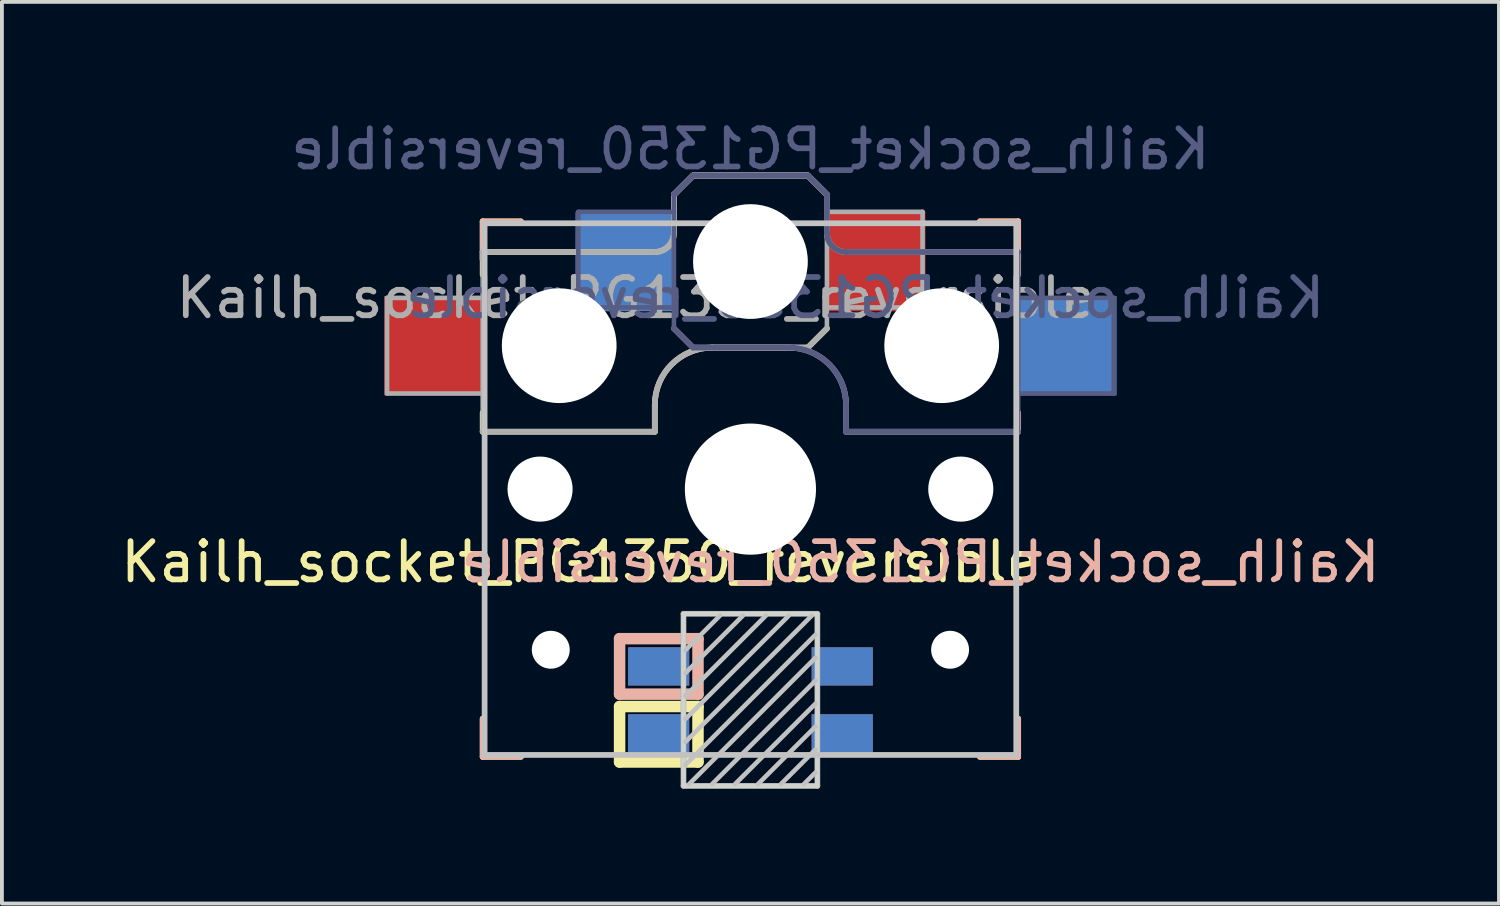
<source format=kicad_pcb>
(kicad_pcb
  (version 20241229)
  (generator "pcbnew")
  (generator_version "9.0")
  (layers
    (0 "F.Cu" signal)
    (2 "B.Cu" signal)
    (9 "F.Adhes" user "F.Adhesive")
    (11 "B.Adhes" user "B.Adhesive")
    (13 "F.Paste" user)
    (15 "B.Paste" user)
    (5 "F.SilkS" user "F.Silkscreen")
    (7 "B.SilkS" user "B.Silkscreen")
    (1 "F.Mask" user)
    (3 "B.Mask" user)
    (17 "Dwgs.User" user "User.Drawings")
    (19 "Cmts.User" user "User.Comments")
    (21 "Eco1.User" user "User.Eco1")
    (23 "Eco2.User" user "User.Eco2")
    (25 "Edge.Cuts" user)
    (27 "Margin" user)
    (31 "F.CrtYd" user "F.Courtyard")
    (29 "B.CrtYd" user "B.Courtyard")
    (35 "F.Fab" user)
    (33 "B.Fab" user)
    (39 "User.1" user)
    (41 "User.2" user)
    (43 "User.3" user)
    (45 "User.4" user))
  (footprint "Kailh_socket_PG1350_reversible"
    (layer "F.Cu")
    (at 16.57 9.748)
    (property "Reference" "Kailh_socket_PG1350_reversible" (at -4.445 1.895 180) (layer "F.SilkS") (effects (font (size 1 1) (thickness 0.15))))
    (property "Value" "Kailh_socket_PG1350_reversible" (at 0 -8.9 180) (layer "F.Fab") (hide yes) (effects (font (size 1 1) (thickness 0.15))))
    (attr smd)
    (fp_line (start -7 -7.01) (end -6 -7.01) (stroke (width 0.15) (type solid)) (layer "F.SilkS"))
    (fp_line (start -7 -6.21) (end -2.5 -6.21) (stroke (width 0.15) (type solid)) (layer "F.SilkS"))
    (fp_line (start -7 -6.01) (end -7 -7.01) (stroke (width 0.15) (type solid)) (layer "F.SilkS"))
    (fp_line (start -7 -5.61) (end -7 -6.21) (stroke (width 0.15) (type solid)) (layer "F.SilkS"))
    (fp_line (start -7 -1.51) (end -7 -2.01) (stroke (width 0.15) (type solid)) (layer "F.SilkS"))
    (fp_line (start -7 6.99) (end -7 5.99) (stroke (width 0.15) (type solid)) (layer "F.SilkS"))
    (fp_line (start -6 6.99) (end -7 6.99) (stroke (width 0.15) (type solid)) (layer "F.SilkS"))
    (fp_line (start -3.421 5.675) (end -1.371 5.675) (stroke (width 0.3) (type solid)) (layer "F.SilkS"))
    (fp_line (start -3.421 7.125) (end -3.421 5.675) (stroke (width 0.3) (type solid)) (layer "F.SilkS"))
    (fp_line (start -2.5 -2.21) (end -2.5 -1.51) (stroke (width 0.15) (type solid)) (layer "F.SilkS"))
    (fp_line (start -2.5 -1.51) (end -7 -1.51) (stroke (width 0.15) (type solid)) (layer "F.SilkS"))
    (fp_line (start -2 -6.71) (end -2 -7.71) (stroke (width 0.15) (type solid)) (layer "F.SilkS"))
    (fp_line (start -1.5 -8.21) (end -2 -7.71) (stroke (width 0.15) (type solid)) (layer "F.SilkS"))
    (fp_line (start -1.371 5.675) (end -1.371 7.125) (stroke (width 0.3) (type solid)) (layer "F.SilkS"))
    (fp_line (start -1.371 7.125) (end -3.421 7.125) (stroke (width 0.3) (type solid)) (layer "F.SilkS"))
    (fp_line (start 1.5 -8.21) (end -1.5 -8.21) (stroke (width 0.15) (type solid)) (layer "F.SilkS"))
    (fp_line (start 1.5 -3.71) (end -1 -3.71) (stroke (width 0.15) (type solid)) (layer "F.SilkS"))
    (fp_line (start 2 -7.71) (end 1.5 -8.21) (stroke (width 0.15) (type solid)) (layer "F.SilkS"))
    (fp_line (start 2 -4.21) (end 1.5 -3.71) (stroke (width 0.15) (type solid)) (layer "F.SilkS"))
    (fp_line (start 6 -7.01) (end 7 -7.01) (stroke (width 0.15) (type solid)) (layer "F.SilkS"))
    (fp_line (start 7 -7.01) (end 7 -6.01) (stroke (width 0.15) (type solid)) (layer "F.SilkS"))
    (fp_line (start 7 5.99) (end 7 6.99) (stroke (width 0.15) (type solid)) (layer "F.SilkS"))
    (fp_line (start 7 6.99) (end 6 6.99) (stroke (width 0.15) (type solid)) (layer "F.SilkS"))
    (fp_arc (start -2.5 -2.21) (mid -2.06066 -3.27066) (end -1 -3.71) (stroke (width 0.15) (type solid)) (layer "F.SilkS"))
    (fp_arc (start -2 -6.71) (mid -2.146447 -6.356447) (end -2.5 -6.21) (stroke (width 0.15) (type solid)) (layer "F.SilkS"))
    (fp_line (start -7 -7.01) (end -6 -7.01) (stroke (width 0.15) (type solid)) (layer "B.SilkS"))
    (fp_line (start -7 -6.01) (end -7 -7.01) (stroke (width 0.15) (type solid)) (layer "B.SilkS"))
    (fp_line (start -7 6.99) (end -7 5.99) (stroke (width 0.15) (type solid)) (layer "B.SilkS"))
    (fp_line (start -6 6.99) (end -7 6.99) (stroke (width 0.15) (type solid)) (layer "B.SilkS"))
    (fp_line (start -3.421 3.9) (end -1.371 3.9) (stroke (width 0.3) (type solid)) (layer "B.SilkS"))
    (fp_line (start -3.421 5.35) (end -3.421 3.9) (stroke (width 0.3) (type solid)) (layer "B.SilkS"))
    (fp_line (start -2 -7.71) (end -1.5 -8.21) (stroke (width 0.15) (type solid)) (layer "B.SilkS"))
    (fp_line (start -2 -4.21) (end -1.5 -3.71) (stroke (width 0.15) (type solid)) (layer "B.SilkS"))
    (fp_line (start -1.5 -8.21) (end 1.5 -8.21) (stroke (width 0.15) (type solid)) (layer "B.SilkS"))
    (fp_line (start -1.5 -3.71) (end 1 -3.71) (stroke (width 0.15) (type solid)) (layer "B.SilkS"))
    (fp_line (start -1.371 3.9) (end -1.371 5.35) (stroke (width 0.3) (type solid)) (layer "B.SilkS"))
    (fp_line (start -1.371 5.35) (end -3.421 5.35) (stroke (width 0.3) (type solid)) (layer "B.SilkS"))
    (fp_line (start 1.5 -8.21) (end 2 -7.71) (stroke (width 0.15) (type solid)) (layer "B.SilkS"))
    (fp_line (start 2 -6.71) (end 2 -7.71) (stroke (width 0.15) (type solid)) (layer "B.SilkS"))
    (fp_line (start 2.5 -2.21) (end 2.5 -1.51) (stroke (width 0.15) (type solid)) (layer "B.SilkS"))
    (fp_line (start 2.5 -1.51) (end 7 -1.51) (stroke (width 0.15) (type solid)) (layer "B.SilkS"))
    (fp_line (start 6 -7.01) (end 7 -7.01) (stroke (width 0.15) (type solid)) (layer "B.SilkS"))
    (fp_line (start 7 -7.01) (end 7 -6.01) (stroke (width 0.15) (type solid)) (layer "B.SilkS"))
    (fp_line (start 7 -6.21) (end 2.5 -6.21) (stroke (width 0.15) (type solid)) (layer "B.SilkS"))
    (fp_line (start 7 -5.61) (end 7 -6.21) (stroke (width 0.15) (type solid)) (layer "B.SilkS"))
    (fp_line (start 7 -1.51) (end 7 -2.01) (stroke (width 0.15) (type solid)) (layer "B.SilkS"))
    (fp_line (start 7 5.99) (end 7 6.99) (stroke (width 0.15) (type solid)) (layer "B.SilkS"))
    (fp_line (start 7 6.99) (end 6 6.99) (stroke (width 0.15) (type solid)) (layer "B.SilkS"))
    (fp_arc (start 1 -3.71) (mid 2.06066 -3.27066) (end 2.5 -2.21) (stroke (width 0.15) (type solid)) (layer "B.SilkS"))
    (fp_arc (start 2.5 -6.21) (mid 2.146447 -6.356447) (end 2 -6.71) (stroke (width 0.15) (type solid)) (layer "B.SilkS"))
    (fp_line (start -6.95 6.94) (end -6.95 -6.96) (stroke (width 0.15) (type solid)) (layer "Dwgs.User"))
    (fp_line (start -6.95 6.94) (end 6.95 6.94) (stroke (width 0.15) (type solid)) (layer "Dwgs.User"))
    (fp_line (start -0.8 3.3) (end -1.7 4.2) (stroke (width 0.12) (type solid)) (layer "Dwgs.User"))
    (fp_line (start -0.2 3.3) (end -1.7 4.8) (stroke (width 0.12) (type solid)) (layer "Dwgs.User"))
    (fp_line (start 0.4 3.3) (end -1.7 5.4) (stroke (width 0.12) (type solid)) (layer "Dwgs.User"))
    (fp_line (start 1 3.3) (end -1.7 6) (stroke (width 0.12) (type solid)) (layer "Dwgs.User"))
    (fp_line (start 1.6 3.3) (end -1.7 6.6) (stroke (width 0.12) (type solid)) (layer "Dwgs.User"))
    (fp_line (start 1.7 3.8) (end -1.7 7.2) (stroke (width 0.12) (type solid)) (layer "Dwgs.User"))
    (fp_line (start 1.7 4.4) (end -1.6 7.7) (stroke (width 0.12) (type solid)) (layer "Dwgs.User"))
    (fp_line (start 1.7 5) (end -1 7.7) (stroke (width 0.12) (type solid)) (layer "Dwgs.User"))
    (fp_line (start 1.7 5.6) (end -0.4 7.7) (stroke (width 0.12) (type solid)) (layer "Dwgs.User"))
    (fp_line (start 1.7 6.2) (end 0.2 7.7) (stroke (width 0.12) (type solid)) (layer "Dwgs.User"))
    (fp_line (start 1.7 6.8) (end 0.8 7.7) (stroke (width 0.12) (type solid)) (layer "Dwgs.User"))
    (fp_line (start 1.7 7.4) (end 1.4 7.7) (stroke (width 0.12) (type solid)) (layer "Dwgs.User"))
    (fp_line (start 6.95 -6.96) (end -6.95 -6.96) (stroke (width 0.15) (type solid)) (layer "Dwgs.User"))
    (fp_line (start 6.95 -6.96) (end 6.95 6.94) (stroke (width 0.15) (type solid)) (layer "Dwgs.User"))
    (fp_rect (start 1.75 7.75) (end -1.75 3.25) (stroke (width 0.12) (type solid)) (fill no) (layer "Edge.Cuts"))
    (fp_line (start -4.5 -7.26) (end -2 -7.26) (stroke (width 0.12) (type solid)) (layer "B.Fab"))
    (fp_line (start -4.5 -4.76) (end -4.5 -7.26) (stroke (width 0.12) (type solid)) (layer "B.Fab"))
    (fp_line (start -2 -7.71) (end -1.5 -8.21) (stroke (width 0.15) (type solid)) (layer "B.Fab"))
    (fp_line (start -2 -4.76) (end -4.5 -4.76) (stroke (width 0.12) (type solid)) (layer "B.Fab"))
    (fp_line (start -2 -4.26) (end -2 -7.71) (stroke (width 0.12) (type solid)) (layer "B.Fab"))
    (fp_line (start -2 -4.21) (end -1.5 -3.71) (stroke (width 0.15) (type solid)) (layer "B.Fab"))
    (fp_line (start -1.5 -8.21) (end 1.5 -8.21) (stroke (width 0.15) (type solid)) (layer "B.Fab"))
    (fp_line (start -1.5 -3.71) (end 1 -3.71) (stroke (width 0.15) (type solid)) (layer "B.Fab"))
    (fp_line (start 1.5 -8.21) (end 2 -7.71) (stroke (width 0.15) (type solid)) (layer "B.Fab"))
    (fp_line (start 2 -6.71) (end 2 -7.71) (stroke (width 0.15) (type solid)) (layer "B.Fab"))
    (fp_line (start 2.5 -2.21) (end 2.5 -1.51) (stroke (width 0.15) (type solid)) (layer "B.Fab"))
    (fp_line (start 2.5 -1.51) (end 7 -1.51) (stroke (width 0.15) (type solid)) (layer "B.Fab"))
    (fp_line (start 7 -6.21) (end 2.5 -6.21) (stroke (width 0.15) (type solid)) (layer "B.Fab"))
    (fp_line (start 7 -5.01) (end 9.5 -5.01) (stroke (width 0.12) (type solid)) (layer "B.Fab"))
    (fp_line (start 7 -1.51) (end 7 -6.21) (stroke (width 0.12) (type solid)) (layer "B.Fab"))
    (fp_line (start 9.5 -5.01) (end 9.5 -2.51) (stroke (width 0.12) (type solid)) (layer "B.Fab"))
    (fp_line (start 9.5 -2.51) (end 7 -2.51) (stroke (width 0.12) (type solid)) (layer "B.Fab"))
    (fp_arc (start 1 -3.71) (mid 2.06066 -3.27066) (end 2.5 -2.21) (stroke (width 0.15) (type solid)) (layer "B.Fab"))
    (fp_arc (start 2.5 -6.21) (mid 2.146447 -6.356447) (end 2 -6.71) (stroke (width 0.15) (type solid)) (layer "B.Fab"))
    (fp_line (start -9.5 -5.01) (end -9.5 -2.51) (stroke (width 0.12) (type solid)) (layer "F.Fab"))
    (fp_line (start -9.5 -2.51) (end -7 -2.51) (stroke (width 0.12) (type solid)) (layer "F.Fab"))
    (fp_line (start -7 -6.21) (end -2.5 -6.21) (stroke (width 0.15) (type solid)) (layer "F.Fab"))
    (fp_line (start -7 -5.01) (end -9.5 -5.01) (stroke (width 0.12) (type solid)) (layer "F.Fab"))
    (fp_line (start -7 -1.51) (end -7 -6.21) (stroke (width 0.12) (type solid)) (layer "F.Fab"))
    (fp_line (start -2.5 -2.21) (end -2.5 -1.51) (stroke (width 0.15) (type solid)) (layer "F.Fab"))
    (fp_line (start -2.5 -1.51) (end -7 -1.51) (stroke (width 0.15) (type solid)) (layer "F.Fab"))
    (fp_line (start -2 -6.71) (end -2 -7.71) (stroke (width 0.15) (type solid)) (layer "F.Fab"))
    (fp_line (start -1.75 3.25) (end -1.75 7.75) (stroke (width 0.15) (type solid)) (layer "F.Fab"))
    (fp_line (start -1.75 3.25) (end 1.75 3.25) (stroke (width 0.15) (type solid)) (layer "F.Fab"))
    (fp_line (start -1.5 -8.21) (end -2 -7.71) (stroke (width 0.15) (type solid)) (layer "F.Fab"))
    (fp_line (start 1.5 -8.21) (end -1.5 -8.21) (stroke (width 0.15) (type solid)) (layer "F.Fab"))
    (fp_line (start 1.5 -3.71) (end -1 -3.71) (stroke (width 0.15) (type solid)) (layer "F.Fab"))
    (fp_line (start 1.75 3.25) (end 1.75 7.75) (stroke (width 0.15) (type solid)) (layer "F.Fab"))
    (fp_line (start 1.75 7.75) (end -1.75 7.75) (stroke (width 0.15) (type solid)) (layer "F.Fab"))
    (fp_line (start 2 -7.71) (end 1.5 -8.21) (stroke (width 0.15) (type solid)) (layer "F.Fab"))
    (fp_line (start 2 -4.76) (end 4.5 -4.76) (stroke (width 0.12) (type solid)) (layer "F.Fab"))
    (fp_line (start 2 -4.26) (end 2 -7.71) (stroke (width 0.12) (type solid)) (layer "F.Fab"))
    (fp_line (start 2 -4.21) (end 1.5 -3.71) (stroke (width 0.15) (type solid)) (layer "F.Fab"))
    (fp_line (start 4.5 -7.26) (end 2 -7.26) (stroke (width 0.12) (type solid)) (layer "F.Fab"))
    (fp_line (start 4.5 -4.76) (end 4.5 -7.26) (stroke (width 0.12) (type solid)) (layer "F.Fab"))
    (fp_arc (start -2.5 -2.21) (mid -2.06066 -3.27066) (end -1 -3.71) (stroke (width 0.15) (type solid)) (layer "F.Fab"))
    (fp_arc (start -2 -6.71) (mid -2.146447 -6.356447) (end -2.5 -6.21) (stroke (width 0.15) (type solid)) (layer "F.Fab"))
    (fp_text user "${REFERENCE}" (at 4.445 1.895 180) (layer "B.SilkS") (effects (font (size 1 1) (thickness 0.15)) (justify mirror)))
    (fp_text user "${VALUE}" (at 0 -8.9 180) (layer "B.Fab") (effects (font (size 1 1) (thickness 0.15)) (justify mirror)))
    (fp_text user "${REFERENCE}" (at 3 -5.01 180) (layer "B.Fab") (effects (font (size 1 1) (thickness 0.15)) (justify mirror)))
    (fp_text user "${REFERENCE}" (at -3 -5.01 0) (layer "F.Fab") (effects (font (size 1 1) (thickness 0.15))))
    (pad "" np_thru_hole circle (at -5.5 -0.01 180) (size 1.702 1.702) (drill 1.702) (layers "*.Cu" "*.Mask"))
    (pad "" np_thru_hole circle (at -5.22 4.19 180) (size 0.991 0.991) (drill 0.991) (layers "*.Cu" "*.Mask"))
    (pad "" np_thru_hole circle (at -5 -3.76 180) (size 3 3) (drill 3) (layers "*.Cu" "*.Mask"))
    (pad "" np_thru_hole circle (at 0 -5.96 180) (size 3 3) (drill 3) (layers "*.Cu" "*.Mask"))
    (pad "" np_thru_hole circle (at 0 -0.01 180) (size 3.429 3.429) (drill 3.429) (layers "*.Cu" "*.Mask"))
    (pad "" np_thru_hole circle (at 5 -3.76 180) (size 3 3) (drill 3) (layers "*.Cu" "*.Mask"))
    (pad "" np_thru_hole circle (at 5.22 4.19 180) (size 0.991 0.991) (drill 0.991) (layers "*.Cu" "*.Mask"))
    (pad "" np_thru_hole circle (at 5.5 -0.01 180) (size 1.702 1.702) (drill 1.702) (layers "*.Cu" "*.Mask"))
    (pad "1" smd rect (at -2.4 4.625) (size 1.6 1) (layers "B.Cu" "B.Mask" "B.Paste"))
    (pad "1" smd rect (at -2.4 6.375) (size 1.6 1) (layers "F.Cu" "F.Mask" "F.Paste"))
    (pad "2" smd rect (at -2.4 4.625) (size 1.6 1) (layers "F.Cu" "F.Mask" "F.Paste"))
    (pad "2" smd rect (at -2.4 6.375) (size 1.6 1) (layers "B.Cu" "B.Mask" "B.Paste"))
    (pad "3" smd rect (at 2.4 4.625) (size 1.6 1) (layers "F.Cu" "F.Mask" "F.Paste"))
    (pad "3" smd rect (at 2.4 6.375) (size 1.6 1) (layers "B.Cu" "B.Mask" "B.Paste"))
    (pad "4" smd rect (at 2.4 4.625) (size 1.6 1) (layers "B.Cu" "B.Mask" "B.Paste"))
    (pad "4" smd rect (at 2.4 6.375) (size 1.6 1) (layers "F.Cu" "F.Mask" "F.Paste"))
    (pad "5" smd rect (at -3.275 -5.96 180) (size 2.6 2.6) (layers "B.Cu" "B.Mask" "B.Paste"))
    (pad "5" smd rect (at 3.275 -5.96 180) (size 2.6 2.6) (layers "F.Cu" "F.Mask" "F.Paste"))
    (pad "6" smd rect (at -8.275 -3.76 180) (size 2.6 2.6) (layers "F.Cu" "F.Mask" "F.Paste"))
    (pad "6" smd rect (at 8.275 -3.76 180) (size 2.6 2.6) (layers "B.Cu" "B.Mask" "B.Paste")))
  (gr_rect
    (start -3 -3)
    (end 36.14 20.573)
    (stroke (width 0.1) (type default))
    (fill no)
    (layer "Edge.Cuts")))
</source>
